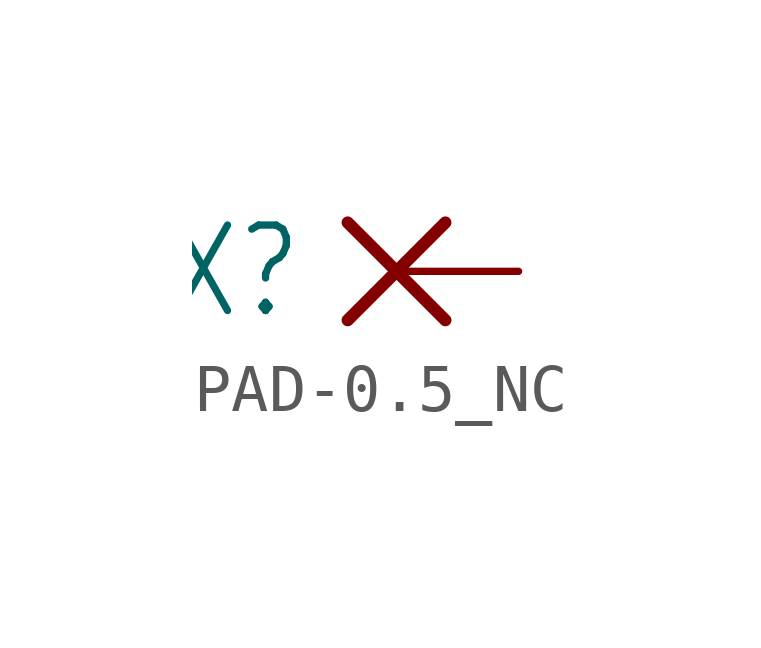
<source format=kicad_sym>
(kicad_symbol_lib
  (version 20231120)
  (generator "kicad_symbol_editor")
  (generator_version "8.0")
  (symbol "PAD-0.5_NC"
    (property "Reference" "X"
      (at -1.905 0 0)
      (effects (font (size 1.778 1.511)) (justify right)))
    (property "ki_locked" ""
      (at 0 0 0)
      (effects (font (size 1.27 1.27))))
    (symbol "PAD-0.5_NC_1_0"
      (polyline (pts (xy -1.016 -1.016) (xy 1.016 1.016)) (stroke (width 0.254) (type solid)) (fill (type none)))
      (polyline (pts (xy -1.016 1.016) (xy 1.016 -1.016)) (stroke (width 0.254) (type solid)) (fill (type none)))
      (pin passive line (at 2.54 0 180) (length 2.54) (name "P" (effects (font (size 0 0)))) (number "1" (effects (font (size 0 0))))))))
</source>
